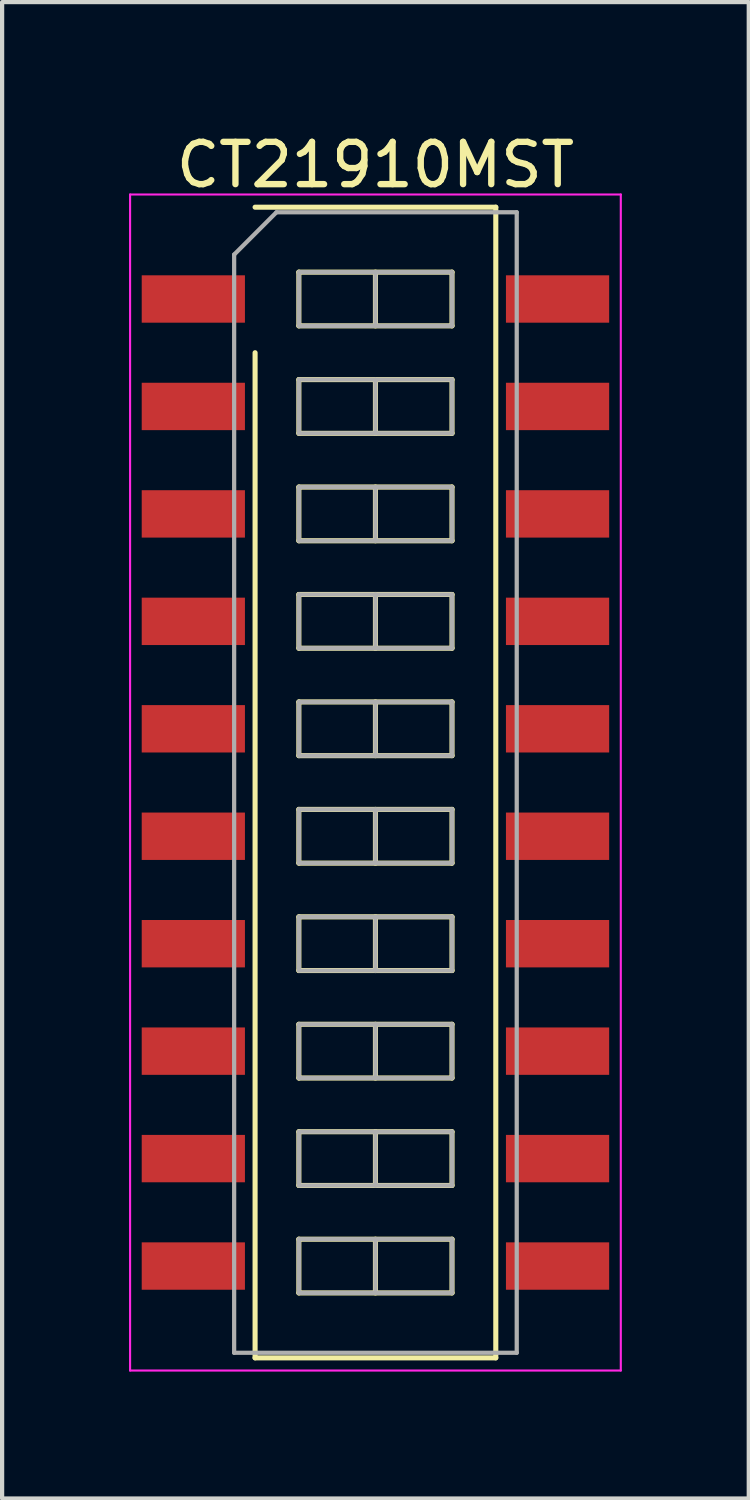
<source format=kicad_pcb>
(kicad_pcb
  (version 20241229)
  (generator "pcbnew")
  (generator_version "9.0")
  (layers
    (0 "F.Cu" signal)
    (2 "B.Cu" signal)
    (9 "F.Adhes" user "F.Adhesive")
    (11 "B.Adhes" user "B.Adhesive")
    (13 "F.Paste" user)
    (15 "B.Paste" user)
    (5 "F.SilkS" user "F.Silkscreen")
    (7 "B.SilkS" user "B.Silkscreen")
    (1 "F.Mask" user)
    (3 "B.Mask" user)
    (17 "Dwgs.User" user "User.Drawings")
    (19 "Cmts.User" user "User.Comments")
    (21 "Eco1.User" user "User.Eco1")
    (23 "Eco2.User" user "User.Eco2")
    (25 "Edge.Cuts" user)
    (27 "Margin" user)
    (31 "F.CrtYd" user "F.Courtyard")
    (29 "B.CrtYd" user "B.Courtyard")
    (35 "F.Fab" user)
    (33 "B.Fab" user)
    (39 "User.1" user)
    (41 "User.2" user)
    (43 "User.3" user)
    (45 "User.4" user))
  (footprint "CT21910MST"
    (layer "F.Cu")
    (at 5.825 15.448)
    (property "Reference" "CT21910MST" (at 0 -14.6 0) (layer "F.SilkS") (effects (font (size 1 1) (thickness 0.15))))
    (attr smd)
    (fp_line (start -2.845 -13.6) (end 2.845 -13.6) (stroke (width 0.12) (type solid)) (layer "F.SilkS"))
    (fp_line (start -2.845 13.6) (end -2.845 -10.16) (stroke (width 0.12) (type solid)) (layer "F.SilkS"))
    (fp_line (start -1.81 -12.065) (end -1.81 -10.795) (stroke (width 0.12) (type solid)) (layer "F.SilkS"))
    (fp_line (start -1.81 -10.795) (end 1.81 -10.795) (stroke (width 0.12) (type solid)) (layer "F.SilkS"))
    (fp_line (start -1.81 -9.525) (end -1.81 -8.255) (stroke (width 0.12) (type solid)) (layer "F.SilkS"))
    (fp_line (start -1.81 -8.255) (end 1.81 -8.255) (stroke (width 0.12) (type solid)) (layer "F.SilkS"))
    (fp_line (start -1.81 -6.985) (end -1.81 -5.715) (stroke (width 0.12) (type solid)) (layer "F.SilkS"))
    (fp_line (start -1.81 -5.715) (end 1.81 -5.715) (stroke (width 0.12) (type solid)) (layer "F.SilkS"))
    (fp_line (start -1.81 -4.445) (end -1.81 -3.175) (stroke (width 0.12) (type solid)) (layer "F.SilkS"))
    (fp_line (start -1.81 -3.175) (end 1.81 -3.175) (stroke (width 0.12) (type solid)) (layer "F.SilkS"))
    (fp_line (start -1.81 -1.905) (end -1.81 -0.635) (stroke (width 0.12) (type solid)) (layer "F.SilkS"))
    (fp_line (start -1.81 -0.635) (end 1.81 -0.635) (stroke (width 0.12) (type solid)) (layer "F.SilkS"))
    (fp_line (start -1.81 0.635) (end -1.81 1.905) (stroke (width 0.12) (type solid)) (layer "F.SilkS"))
    (fp_line (start -1.81 1.905) (end 1.81 1.905) (stroke (width 0.12) (type solid)) (layer "F.SilkS"))
    (fp_line (start -1.81 3.175) (end -1.81 4.445) (stroke (width 0.12) (type solid)) (layer "F.SilkS"))
    (fp_line (start -1.81 4.445) (end 1.81 4.445) (stroke (width 0.12) (type solid)) (layer "F.SilkS"))
    (fp_line (start -1.81 5.715) (end -1.81 6.985) (stroke (width 0.12) (type solid)) (layer "F.SilkS"))
    (fp_line (start -1.81 6.985) (end 1.81 6.985) (stroke (width 0.12) (type solid)) (layer "F.SilkS"))
    (fp_line (start -1.81 8.255) (end -1.81 9.525) (stroke (width 0.12) (type solid)) (layer "F.SilkS"))
    (fp_line (start -1.81 9.525) (end 1.81 9.525) (stroke (width 0.12) (type solid)) (layer "F.SilkS"))
    (fp_line (start -1.81 10.795) (end -1.81 12.065) (stroke (width 0.12) (type solid)) (layer "F.SilkS"))
    (fp_line (start -1.81 12.065) (end 1.81 12.065) (stroke (width 0.12) (type solid)) (layer "F.SilkS"))
    (fp_line (start 0 -12.065) (end 0 -10.795) (stroke (width 0.12) (type solid)) (layer "F.SilkS"))
    (fp_line (start 0 -9.525) (end 0 -8.255) (stroke (width 0.12) (type solid)) (layer "F.SilkS"))
    (fp_line (start 0 -6.985) (end 0 -5.715) (stroke (width 0.12) (type solid)) (layer "F.SilkS"))
    (fp_line (start 0 -4.445) (end 0 -3.175) (stroke (width 0.12) (type solid)) (layer "F.SilkS"))
    (fp_line (start 0 -1.905) (end 0 -0.635) (stroke (width 0.12) (type solid)) (layer "F.SilkS"))
    (fp_line (start 0 0.635) (end 0 1.905) (stroke (width 0.12) (type solid)) (layer "F.SilkS"))
    (fp_line (start 0 3.175) (end 0 4.445) (stroke (width 0.12) (type solid)) (layer "F.SilkS"))
    (fp_line (start 0 5.715) (end 0 6.985) (stroke (width 0.12) (type solid)) (layer "F.SilkS"))
    (fp_line (start 0 8.255) (end 0 9.525) (stroke (width 0.12) (type solid)) (layer "F.SilkS"))
    (fp_line (start 0 10.795) (end 0 12.065) (stroke (width 0.12) (type solid)) (layer "F.SilkS"))
    (fp_line (start 1.81 -12.065) (end -1.81 -12.065) (stroke (width 0.12) (type solid)) (layer "F.SilkS"))
    (fp_line (start 1.81 -10.795) (end 1.81 -12.065) (stroke (width 0.12) (type solid)) (layer "F.SilkS"))
    (fp_line (start 1.81 -9.525) (end -1.81 -9.525) (stroke (width 0.12) (type solid)) (layer "F.SilkS"))
    (fp_line (start 1.81 -8.255) (end 1.81 -9.525) (stroke (width 0.12) (type solid)) (layer "F.SilkS"))
    (fp_line (start 1.81 -6.985) (end -1.81 -6.985) (stroke (width 0.12) (type solid)) (layer "F.SilkS"))
    (fp_line (start 1.81 -5.715) (end 1.81 -6.985) (stroke (width 0.12) (type solid)) (layer "F.SilkS"))
    (fp_line (start 1.81 -4.445) (end -1.81 -4.445) (stroke (width 0.12) (type solid)) (layer "F.SilkS"))
    (fp_line (start 1.81 -3.175) (end 1.81 -4.445) (stroke (width 0.12) (type solid)) (layer "F.SilkS"))
    (fp_line (start 1.81 -1.905) (end -1.81 -1.905) (stroke (width 0.12) (type solid)) (layer "F.SilkS"))
    (fp_line (start 1.81 -0.635) (end 1.81 -1.905) (stroke (width 0.12) (type solid)) (layer "F.SilkS"))
    (fp_line (start 1.81 0.635) (end -1.81 0.635) (stroke (width 0.12) (type solid)) (layer "F.SilkS"))
    (fp_line (start 1.81 1.905) (end 1.81 0.635) (stroke (width 0.12) (type solid)) (layer "F.SilkS"))
    (fp_line (start 1.81 3.175) (end -1.81 3.175) (stroke (width 0.12) (type solid)) (layer "F.SilkS"))
    (fp_line (start 1.81 4.445) (end 1.81 3.175) (stroke (width 0.12) (type solid)) (layer "F.SilkS"))
    (fp_line (start 1.81 5.715) (end -1.81 5.715) (stroke (width 0.12) (type solid)) (layer "F.SilkS"))
    (fp_line (start 1.81 6.985) (end 1.81 5.715) (stroke (width 0.12) (type solid)) (layer "F.SilkS"))
    (fp_line (start 1.81 8.255) (end -1.81 8.255) (stroke (width 0.12) (type solid)) (layer "F.SilkS"))
    (fp_line (start 1.81 9.525) (end 1.81 8.255) (stroke (width 0.12) (type solid)) (layer "F.SilkS"))
    (fp_line (start 1.81 10.795) (end -1.81 10.795) (stroke (width 0.12) (type solid)) (layer "F.SilkS"))
    (fp_line (start 1.81 12.065) (end 1.81 10.795) (stroke (width 0.12) (type solid)) (layer "F.SilkS"))
    (fp_line (start 2.845 -13.6) (end 2.845 13.6) (stroke (width 0.12) (type solid)) (layer "F.SilkS"))
    (fp_line (start 2.845 13.6) (end -2.845 13.6) (stroke (width 0.12) (type solid)) (layer "F.SilkS"))
    (fp_line (start -5.8 -13.9) (end -5.8 13.9) (stroke (width 0.05) (type solid)) (layer "F.CrtYd"))
    (fp_line (start -5.8 13.9) (end 5.8 13.9) (stroke (width 0.05) (type solid)) (layer "F.CrtYd"))
    (fp_line (start 5.8 -13.9) (end -5.8 -13.9) (stroke (width 0.05) (type solid)) (layer "F.CrtYd"))
    (fp_line (start 5.8 13.9) (end 5.8 -13.9) (stroke (width 0.05) (type solid)) (layer "F.CrtYd"))
    (fp_line (start -3.34 -12.48) (end -2.34 -13.48) (stroke (width 0.1) (type solid)) (layer "F.Fab"))
    (fp_line (start -3.34 13.48) (end -3.34 -12.48) (stroke (width 0.1) (type solid)) (layer "F.Fab"))
    (fp_line (start -2.34 -13.48) (end 3.34 -13.48) (stroke (width 0.1) (type solid)) (layer "F.Fab"))
    (fp_line (start -1.81 -12.065) (end -1.81 -10.795) (stroke (width 0.1) (type solid)) (layer "F.Fab"))
    (fp_line (start -1.81 -10.795) (end 1.81 -10.795) (stroke (width 0.1) (type solid)) (layer "F.Fab"))
    (fp_line (start -1.81 -9.525) (end -1.81 -8.255) (stroke (width 0.1) (type solid)) (layer "F.Fab"))
    (fp_line (start -1.81 -8.255) (end 1.81 -8.255) (stroke (width 0.1) (type solid)) (layer "F.Fab"))
    (fp_line (start -1.81 -6.985) (end -1.81 -5.715) (stroke (width 0.1) (type solid)) (layer "F.Fab"))
    (fp_line (start -1.81 -5.715) (end 1.81 -5.715) (stroke (width 0.1) (type solid)) (layer "F.Fab"))
    (fp_line (start -1.81 -4.445) (end -1.81 -3.175) (stroke (width 0.1) (type solid)) (layer "F.Fab"))
    (fp_line (start -1.81 -3.175) (end 1.81 -3.175) (stroke (width 0.1) (type solid)) (layer "F.Fab"))
    (fp_line (start -1.81 -1.905) (end -1.81 -0.635) (stroke (width 0.1) (type solid)) (layer "F.Fab"))
    (fp_line (start -1.81 -0.635) (end 1.81 -0.635) (stroke (width 0.1) (type solid)) (layer "F.Fab"))
    (fp_line (start -1.81 0.635) (end -1.81 1.905) (stroke (width 0.1) (type solid)) (layer "F.Fab"))
    (fp_line (start -1.81 1.905) (end 1.81 1.905) (stroke (width 0.1) (type solid)) (layer "F.Fab"))
    (fp_line (start -1.81 3.175) (end -1.81 4.445) (stroke (width 0.1) (type solid)) (layer "F.Fab"))
    (fp_line (start -1.81 4.445) (end 1.81 4.445) (stroke (width 0.1) (type solid)) (layer "F.Fab"))
    (fp_line (start -1.81 5.715) (end -1.81 6.985) (stroke (width 0.1) (type solid)) (layer "F.Fab"))
    (fp_line (start -1.81 6.985) (end 1.81 6.985) (stroke (width 0.1) (type solid)) (layer "F.Fab"))
    (fp_line (start -1.81 8.255) (end -1.81 9.525) (stroke (width 0.1) (type solid)) (layer "F.Fab"))
    (fp_line (start -1.81 9.525) (end 1.81 9.525) (stroke (width 0.1) (type solid)) (layer "F.Fab"))
    (fp_line (start -1.81 10.795) (end -1.81 12.065) (stroke (width 0.1) (type solid)) (layer "F.Fab"))
    (fp_line (start -1.81 12.065) (end 1.81 12.065) (stroke (width 0.1) (type solid)) (layer "F.Fab"))
    (fp_line (start 0 -12.065) (end 0 -10.795) (stroke (width 0.1) (type solid)) (layer "F.Fab"))
    (fp_line (start 0 -9.525) (end 0 -8.255) (stroke (width 0.1) (type solid)) (layer "F.Fab"))
    (fp_line (start 0 -6.985) (end 0 -5.715) (stroke (width 0.1) (type solid)) (layer "F.Fab"))
    (fp_line (start 0 -4.445) (end 0 -3.175) (stroke (width 0.1) (type solid)) (layer "F.Fab"))
    (fp_line (start 0 -1.905) (end 0 -0.635) (stroke (width 0.1) (type solid)) (layer "F.Fab"))
    (fp_line (start 0 0.635) (end 0 1.905) (stroke (width 0.1) (type solid)) (layer "F.Fab"))
    (fp_line (start 0 3.175) (end 0 4.445) (stroke (width 0.1) (type solid)) (layer "F.Fab"))
    (fp_line (start 0 5.715) (end 0 6.985) (stroke (width 0.1) (type solid)) (layer "F.Fab"))
    (fp_line (start 0 8.255) (end 0 9.525) (stroke (width 0.1) (type solid)) (layer "F.Fab"))
    (fp_line (start 0 10.795) (end 0 12.065) (stroke (width 0.1) (type solid)) (layer "F.Fab"))
    (fp_line (start 1.81 -12.065) (end -1.81 -12.065) (stroke (width 0.1) (type solid)) (layer "F.Fab"))
    (fp_line (start 1.81 -10.795) (end 1.81 -12.065) (stroke (width 0.1) (type solid)) (layer "F.Fab"))
    (fp_line (start 1.81 -9.525) (end -1.81 -9.525) (stroke (width 0.1) (type solid)) (layer "F.Fab"))
    (fp_line (start 1.81 -8.255) (end 1.81 -9.525) (stroke (width 0.1) (type solid)) (layer "F.Fab"))
    (fp_line (start 1.81 -6.985) (end -1.81 -6.985) (stroke (width 0.1) (type solid)) (layer "F.Fab"))
    (fp_line (start 1.81 -5.715) (end 1.81 -6.985) (stroke (width 0.1) (type solid)) (layer "F.Fab"))
    (fp_line (start 1.81 -4.445) (end -1.81 -4.445) (stroke (width 0.1) (type solid)) (layer "F.Fab"))
    (fp_line (start 1.81 -3.175) (end 1.81 -4.445) (stroke (width 0.1) (type solid)) (layer "F.Fab"))
    (fp_line (start 1.81 -1.905) (end -1.81 -1.905) (stroke (width 0.1) (type solid)) (layer "F.Fab"))
    (fp_line (start 1.81 -0.635) (end 1.81 -1.905) (stroke (width 0.1) (type solid)) (layer "F.Fab"))
    (fp_line (start 1.81 0.635) (end -1.81 0.635) (stroke (width 0.1) (type solid)) (layer "F.Fab"))
    (fp_line (start 1.81 1.905) (end 1.81 0.635) (stroke (width 0.1) (type solid)) (layer "F.Fab"))
    (fp_line (start 1.81 3.175) (end -1.81 3.175) (stroke (width 0.1) (type solid)) (layer "F.Fab"))
    (fp_line (start 1.81 4.445) (end 1.81 3.175) (stroke (width 0.1) (type solid)) (layer "F.Fab"))
    (fp_line (start 1.81 5.715) (end -1.81 5.715) (stroke (width 0.1) (type solid)) (layer "F.Fab"))
    (fp_line (start 1.81 6.985) (end 1.81 5.715) (stroke (width 0.1) (type solid)) (layer "F.Fab"))
    (fp_line (start 1.81 8.255) (end -1.81 8.255) (stroke (width 0.1) (type solid)) (layer "F.Fab"))
    (fp_line (start 1.81 9.525) (end 1.81 8.255) (stroke (width 0.1) (type solid)) (layer "F.Fab"))
    (fp_line (start 1.81 10.795) (end -1.81 10.795) (stroke (width 0.1) (type solid)) (layer "F.Fab"))
    (fp_line (start 1.81 12.065) (end 1.81 10.795) (stroke (width 0.1) (type solid)) (layer "F.Fab"))
    (fp_line (start 3.34 -13.48) (end 3.34 13.48) (stroke (width 0.1) (type solid)) (layer "F.Fab"))
    (fp_line (start 3.34 13.48) (end -3.34 13.48) (stroke (width 0.1) (type solid)) (layer "F.Fab"))
    (pad "1" smd rect (at -4.305 -11.43) (size 2.44 1.12) (layers "F.Cu" "F.Mask"))
    (pad "2" smd rect (at -4.305 -8.89) (size 2.44 1.12) (layers "F.Cu" "F.Mask"))
    (pad "3" smd rect (at -4.305 -6.35) (size 2.44 1.12) (layers "F.Cu" "F.Mask"))
    (pad "4" smd rect (at -4.305 -3.81) (size 2.44 1.12) (layers "F.Cu" "F.Mask"))
    (pad "5" smd rect (at -4.305 -1.27) (size 2.44 1.12) (layers "F.Cu" "F.Mask"))
    (pad "6" smd rect (at -4.305 1.27) (size 2.44 1.12) (layers "F.Cu" "F.Mask"))
    (pad "7" smd rect (at -4.305 3.81) (size 2.44 1.12) (layers "F.Cu" "F.Mask"))
    (pad "8" smd rect (at -4.305 6.35) (size 2.44 1.12) (layers "F.Cu" "F.Mask"))
    (pad "9" smd rect (at -4.305 8.89) (size 2.44 1.12) (layers "F.Cu" "F.Mask"))
    (pad "10" smd rect (at -4.305 11.43) (size 2.44 1.12) (layers "F.Cu" "F.Mask"))
    (pad "11" smd rect (at 4.305 11.43) (size 2.44 1.12) (layers "F.Cu" "F.Mask"))
    (pad "12" smd rect (at 4.305 8.89) (size 2.44 1.12) (layers "F.Cu" "F.Mask"))
    (pad "13" smd rect (at 4.305 6.35) (size 2.44 1.12) (layers "F.Cu" "F.Mask"))
    (pad "14" smd rect (at 4.305 3.81) (size 2.44 1.12) (layers "F.Cu" "F.Mask"))
    (pad "15" smd rect (at 4.305 1.27) (size 2.44 1.12) (layers "F.Cu" "F.Mask"))
    (pad "16" smd rect (at 4.305 -1.27) (size 2.44 1.12) (layers "F.Cu" "F.Mask"))
    (pad "17" smd rect (at 4.305 -3.81) (size 2.44 1.12) (layers "F.Cu" "F.Mask"))
    (pad "18" smd rect (at 4.305 -6.35) (size 2.44 1.12) (layers "F.Cu" "F.Mask"))
    (pad "19" smd rect (at 4.305 -8.89) (size 2.44 1.12) (layers "F.Cu" "F.Mask"))
    (pad "20" smd rect (at 4.305 -11.43) (size 2.44 1.12) (layers "F.Cu" "F.Mask")))
  (gr_rect
    (start -3 -3)
    (end 14.65 32.373)
    (stroke (width 0.1) (type default))
    (fill no)
    (layer "Edge.Cuts")))
</source>
